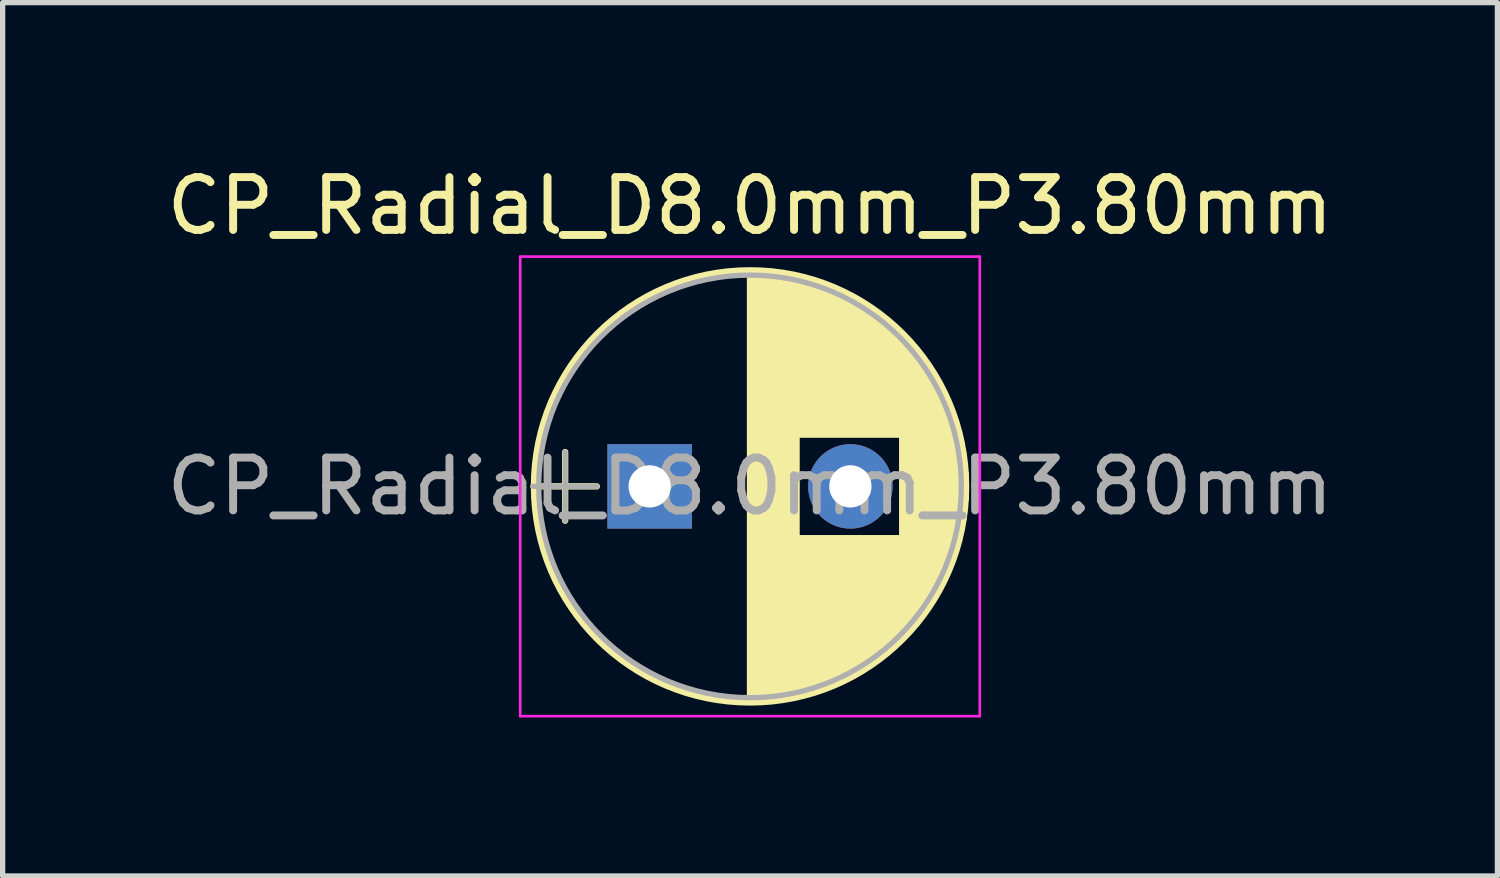
<source format=kicad_pcb>
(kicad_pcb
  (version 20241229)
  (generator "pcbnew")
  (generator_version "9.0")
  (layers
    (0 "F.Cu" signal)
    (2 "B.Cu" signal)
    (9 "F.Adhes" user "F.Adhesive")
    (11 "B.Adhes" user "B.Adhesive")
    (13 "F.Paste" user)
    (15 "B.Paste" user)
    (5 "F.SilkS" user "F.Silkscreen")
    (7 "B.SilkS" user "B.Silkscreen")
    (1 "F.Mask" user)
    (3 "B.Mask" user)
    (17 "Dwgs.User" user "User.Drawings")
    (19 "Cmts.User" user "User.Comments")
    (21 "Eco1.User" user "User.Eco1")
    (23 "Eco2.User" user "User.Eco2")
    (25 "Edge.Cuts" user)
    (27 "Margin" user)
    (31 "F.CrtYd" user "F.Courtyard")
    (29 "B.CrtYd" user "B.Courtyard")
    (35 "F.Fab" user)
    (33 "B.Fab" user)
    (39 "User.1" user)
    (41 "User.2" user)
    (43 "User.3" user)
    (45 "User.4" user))
  (footprint "CP_Radial_D8.0mm_P3.80mm"
    (layer "F.Cu")
    (at 9.249 6.158)
    (property "Reference" "CP_Radial_D8.0mm_P3.80mm" (at 1.9 -5.31 0) (layer "F.SilkS") (effects (font (size 1 1) (thickness 0.15))))
    (attr through_hole)
    (fp_line (start -2.2 0) (end -1 0) (stroke (width 0.12) (type solid)) (layer "F.SilkS"))
    (fp_line (start -1.6 -0.65) (end -1.6 0.65) (stroke (width 0.12) (type solid)) (layer "F.SilkS"))
    (fp_line (start 1.9 -4.05) (end 1.9 4.05) (stroke (width 0.12) (type solid)) (layer "F.SilkS"))
    (fp_line (start 1.94 -4.05) (end 1.94 4.05) (stroke (width 0.12) (type solid)) (layer "F.SilkS"))
    (fp_line (start 1.98 -4.05) (end 1.98 4.05) (stroke (width 0.12) (type solid)) (layer "F.SilkS"))
    (fp_line (start 2.02 -4.049) (end 2.02 4.049) (stroke (width 0.12) (type solid)) (layer "F.SilkS"))
    (fp_line (start 2.06 -4.047) (end 2.06 4.047) (stroke (width 0.12) (type solid)) (layer "F.SilkS"))
    (fp_line (start 2.1 -4.046) (end 2.1 4.046) (stroke (width 0.12) (type solid)) (layer "F.SilkS"))
    (fp_line (start 2.14 -4.043) (end 2.14 4.043) (stroke (width 0.12) (type solid)) (layer "F.SilkS"))
    (fp_line (start 2.18 -4.041) (end 2.18 4.041) (stroke (width 0.12) (type solid)) (layer "F.SilkS"))
    (fp_line (start 2.22 -4.038) (end 2.22 4.038) (stroke (width 0.12) (type solid)) (layer "F.SilkS"))
    (fp_line (start 2.26 -4.035) (end 2.26 4.035) (stroke (width 0.12) (type solid)) (layer "F.SilkS"))
    (fp_line (start 2.3 -4.031) (end 2.3 4.031) (stroke (width 0.12) (type solid)) (layer "F.SilkS"))
    (fp_line (start 2.34 -4.027) (end 2.34 4.027) (stroke (width 0.12) (type solid)) (layer "F.SilkS"))
    (fp_line (start 2.38 -4.022) (end 2.38 4.022) (stroke (width 0.12) (type solid)) (layer "F.SilkS"))
    (fp_line (start 2.42 -4.017) (end 2.42 4.017) (stroke (width 0.12) (type solid)) (layer "F.SilkS"))
    (fp_line (start 2.46 -4.012) (end 2.46 4.012) (stroke (width 0.12) (type solid)) (layer "F.SilkS"))
    (fp_line (start 2.5 -4.006) (end 2.5 4.006) (stroke (width 0.12) (type solid)) (layer "F.SilkS"))
    (fp_line (start 2.54 -4) (end 2.54 4) (stroke (width 0.12) (type solid)) (layer "F.SilkS"))
    (fp_line (start 2.58 -3.994) (end 2.58 3.994) (stroke (width 0.12) (type solid)) (layer "F.SilkS"))
    (fp_line (start 2.621 -3.987) (end 2.621 3.987) (stroke (width 0.12) (type solid)) (layer "F.SilkS"))
    (fp_line (start 2.661 -3.979) (end 2.661 3.979) (stroke (width 0.12) (type solid)) (layer "F.SilkS"))
    (fp_line (start 2.701 -3.971) (end 2.701 3.971) (stroke (width 0.12) (type solid)) (layer "F.SilkS"))
    (fp_line (start 2.741 -3.963) (end 2.741 3.963) (stroke (width 0.12) (type solid)) (layer "F.SilkS"))
    (fp_line (start 2.781 -3.955) (end 2.781 3.955) (stroke (width 0.12) (type solid)) (layer "F.SilkS"))
    (fp_line (start 2.821 -3.946) (end 2.821 -0.98) (stroke (width 0.12) (type solid)) (layer "F.SilkS"))
    (fp_line (start 2.821 0.98) (end 2.821 3.946) (stroke (width 0.12) (type solid)) (layer "F.SilkS"))
    (fp_line (start 2.861 -3.936) (end 2.861 -0.98) (stroke (width 0.12) (type solid)) (layer "F.SilkS"))
    (fp_line (start 2.861 0.98) (end 2.861 3.936) (stroke (width 0.12) (type solid)) (layer "F.SilkS"))
    (fp_line (start 2.901 -3.926) (end 2.901 -0.98) (stroke (width 0.12) (type solid)) (layer "F.SilkS"))
    (fp_line (start 2.901 0.98) (end 2.901 3.926) (stroke (width 0.12) (type solid)) (layer "F.SilkS"))
    (fp_line (start 2.941 -3.916) (end 2.941 -0.98) (stroke (width 0.12) (type solid)) (layer "F.SilkS"))
    (fp_line (start 2.941 0.98) (end 2.941 3.916) (stroke (width 0.12) (type solid)) (layer "F.SilkS"))
    (fp_line (start 2.981 -3.905) (end 2.981 -0.98) (stroke (width 0.12) (type solid)) (layer "F.SilkS"))
    (fp_line (start 2.981 0.98) (end 2.981 3.905) (stroke (width 0.12) (type solid)) (layer "F.SilkS"))
    (fp_line (start 3.021 -3.894) (end 3.021 -0.98) (stroke (width 0.12) (type solid)) (layer "F.SilkS"))
    (fp_line (start 3.021 0.98) (end 3.021 3.894) (stroke (width 0.12) (type solid)) (layer "F.SilkS"))
    (fp_line (start 3.061 -3.883) (end 3.061 -0.98) (stroke (width 0.12) (type solid)) (layer "F.SilkS"))
    (fp_line (start 3.061 0.98) (end 3.061 3.883) (stroke (width 0.12) (type solid)) (layer "F.SilkS"))
    (fp_line (start 3.101 -3.87) (end 3.101 -0.98) (stroke (width 0.12) (type solid)) (layer "F.SilkS"))
    (fp_line (start 3.101 0.98) (end 3.101 3.87) (stroke (width 0.12) (type solid)) (layer "F.SilkS"))
    (fp_line (start 3.141 -3.858) (end 3.141 -0.98) (stroke (width 0.12) (type solid)) (layer "F.SilkS"))
    (fp_line (start 3.141 0.98) (end 3.141 3.858) (stroke (width 0.12) (type solid)) (layer "F.SilkS"))
    (fp_line (start 3.181 -3.845) (end 3.181 -0.98) (stroke (width 0.12) (type solid)) (layer "F.SilkS"))
    (fp_line (start 3.181 0.98) (end 3.181 3.845) (stroke (width 0.12) (type solid)) (layer "F.SilkS"))
    (fp_line (start 3.221 -3.832) (end 3.221 -0.98) (stroke (width 0.12) (type solid)) (layer "F.SilkS"))
    (fp_line (start 3.221 0.98) (end 3.221 3.832) (stroke (width 0.12) (type solid)) (layer "F.SilkS"))
    (fp_line (start 3.261 -3.818) (end 3.261 -0.98) (stroke (width 0.12) (type solid)) (layer "F.SilkS"))
    (fp_line (start 3.261 0.98) (end 3.261 3.818) (stroke (width 0.12) (type solid)) (layer "F.SilkS"))
    (fp_line (start 3.301 -3.803) (end 3.301 -0.98) (stroke (width 0.12) (type solid)) (layer "F.SilkS"))
    (fp_line (start 3.301 0.98) (end 3.301 3.803) (stroke (width 0.12) (type solid)) (layer "F.SilkS"))
    (fp_line (start 3.341 -3.789) (end 3.341 -0.98) (stroke (width 0.12) (type solid)) (layer "F.SilkS"))
    (fp_line (start 3.341 0.98) (end 3.341 3.789) (stroke (width 0.12) (type solid)) (layer "F.SilkS"))
    (fp_line (start 3.381 -3.773) (end 3.381 -0.98) (stroke (width 0.12) (type solid)) (layer "F.SilkS"))
    (fp_line (start 3.381 0.98) (end 3.381 3.773) (stroke (width 0.12) (type solid)) (layer "F.SilkS"))
    (fp_line (start 3.421 -3.758) (end 3.421 -0.98) (stroke (width 0.12) (type solid)) (layer "F.SilkS"))
    (fp_line (start 3.421 0.98) (end 3.421 3.758) (stroke (width 0.12) (type solid)) (layer "F.SilkS"))
    (fp_line (start 3.461 -3.741) (end 3.461 -0.98) (stroke (width 0.12) (type solid)) (layer "F.SilkS"))
    (fp_line (start 3.461 0.98) (end 3.461 3.741) (stroke (width 0.12) (type solid)) (layer "F.SilkS"))
    (fp_line (start 3.501 -3.725) (end 3.501 -0.98) (stroke (width 0.12) (type solid)) (layer "F.SilkS"))
    (fp_line (start 3.501 0.98) (end 3.501 3.725) (stroke (width 0.12) (type solid)) (layer "F.SilkS"))
    (fp_line (start 3.541 -3.707) (end 3.541 -0.98) (stroke (width 0.12) (type solid)) (layer "F.SilkS"))
    (fp_line (start 3.541 0.98) (end 3.541 3.707) (stroke (width 0.12) (type solid)) (layer "F.SilkS"))
    (fp_line (start 3.581 -3.69) (end 3.581 -0.98) (stroke (width 0.12) (type solid)) (layer "F.SilkS"))
    (fp_line (start 3.581 0.98) (end 3.581 3.69) (stroke (width 0.12) (type solid)) (layer "F.SilkS"))
    (fp_line (start 3.621 -3.671) (end 3.621 -0.98) (stroke (width 0.12) (type solid)) (layer "F.SilkS"))
    (fp_line (start 3.621 0.98) (end 3.621 3.671) (stroke (width 0.12) (type solid)) (layer "F.SilkS"))
    (fp_line (start 3.661 -3.652) (end 3.661 -0.98) (stroke (width 0.12) (type solid)) (layer "F.SilkS"))
    (fp_line (start 3.661 0.98) (end 3.661 3.652) (stroke (width 0.12) (type solid)) (layer "F.SilkS"))
    (fp_line (start 3.701 -3.633) (end 3.701 -0.98) (stroke (width 0.12) (type solid)) (layer "F.SilkS"))
    (fp_line (start 3.701 0.98) (end 3.701 3.633) (stroke (width 0.12) (type solid)) (layer "F.SilkS"))
    (fp_line (start 3.741 -3.613) (end 3.741 -0.98) (stroke (width 0.12) (type solid)) (layer "F.SilkS"))
    (fp_line (start 3.741 0.98) (end 3.741 3.613) (stroke (width 0.12) (type solid)) (layer "F.SilkS"))
    (fp_line (start 3.781 -3.593) (end 3.781 -0.98) (stroke (width 0.12) (type solid)) (layer "F.SilkS"))
    (fp_line (start 3.781 0.98) (end 3.781 3.593) (stroke (width 0.12) (type solid)) (layer "F.SilkS"))
    (fp_line (start 3.821 -3.572) (end 3.821 -0.98) (stroke (width 0.12) (type solid)) (layer "F.SilkS"))
    (fp_line (start 3.821 0.98) (end 3.821 3.572) (stroke (width 0.12) (type solid)) (layer "F.SilkS"))
    (fp_line (start 3.861 -3.55) (end 3.861 -0.98) (stroke (width 0.12) (type solid)) (layer "F.SilkS"))
    (fp_line (start 3.861 0.98) (end 3.861 3.55) (stroke (width 0.12) (type solid)) (layer "F.SilkS"))
    (fp_line (start 3.901 -3.528) (end 3.901 -0.98) (stroke (width 0.12) (type solid)) (layer "F.SilkS"))
    (fp_line (start 3.901 0.98) (end 3.901 3.528) (stroke (width 0.12) (type solid)) (layer "F.SilkS"))
    (fp_line (start 3.941 -3.505) (end 3.941 -0.98) (stroke (width 0.12) (type solid)) (layer "F.SilkS"))
    (fp_line (start 3.941 0.98) (end 3.941 3.505) (stroke (width 0.12) (type solid)) (layer "F.SilkS"))
    (fp_line (start 3.981 -3.482) (end 3.981 -0.98) (stroke (width 0.12) (type solid)) (layer "F.SilkS"))
    (fp_line (start 3.981 0.98) (end 3.981 3.482) (stroke (width 0.12) (type solid)) (layer "F.SilkS"))
    (fp_line (start 4.021 -3.458) (end 4.021 -0.98) (stroke (width 0.12) (type solid)) (layer "F.SilkS"))
    (fp_line (start 4.021 0.98) (end 4.021 3.458) (stroke (width 0.12) (type solid)) (layer "F.SilkS"))
    (fp_line (start 4.061 -3.434) (end 4.061 -0.98) (stroke (width 0.12) (type solid)) (layer "F.SilkS"))
    (fp_line (start 4.061 0.98) (end 4.061 3.434) (stroke (width 0.12) (type solid)) (layer "F.SilkS"))
    (fp_line (start 4.101 -3.408) (end 4.101 -0.98) (stroke (width 0.12) (type solid)) (layer "F.SilkS"))
    (fp_line (start 4.101 0.98) (end 4.101 3.408) (stroke (width 0.12) (type solid)) (layer "F.SilkS"))
    (fp_line (start 4.141 -3.383) (end 4.141 -0.98) (stroke (width 0.12) (type solid)) (layer "F.SilkS"))
    (fp_line (start 4.141 0.98) (end 4.141 3.383) (stroke (width 0.12) (type solid)) (layer "F.SilkS"))
    (fp_line (start 4.181 -3.356) (end 4.181 -0.98) (stroke (width 0.12) (type solid)) (layer "F.SilkS"))
    (fp_line (start 4.181 0.98) (end 4.181 3.356) (stroke (width 0.12) (type solid)) (layer "F.SilkS"))
    (fp_line (start 4.221 -3.329) (end 4.221 -0.98) (stroke (width 0.12) (type solid)) (layer "F.SilkS"))
    (fp_line (start 4.221 0.98) (end 4.221 3.329) (stroke (width 0.12) (type solid)) (layer "F.SilkS"))
    (fp_line (start 4.261 -3.301) (end 4.261 -0.98) (stroke (width 0.12) (type solid)) (layer "F.SilkS"))
    (fp_line (start 4.261 0.98) (end 4.261 3.301) (stroke (width 0.12) (type solid)) (layer "F.SilkS"))
    (fp_line (start 4.301 -3.272) (end 4.301 -0.98) (stroke (width 0.12) (type solid)) (layer "F.SilkS"))
    (fp_line (start 4.301 0.98) (end 4.301 3.272) (stroke (width 0.12) (type solid)) (layer "F.SilkS"))
    (fp_line (start 4.341 -3.243) (end 4.341 -0.98) (stroke (width 0.12) (type solid)) (layer "F.SilkS"))
    (fp_line (start 4.341 0.98) (end 4.341 3.243) (stroke (width 0.12) (type solid)) (layer "F.SilkS"))
    (fp_line (start 4.381 -3.213) (end 4.381 -0.98) (stroke (width 0.12) (type solid)) (layer "F.SilkS"))
    (fp_line (start 4.381 0.98) (end 4.381 3.213) (stroke (width 0.12) (type solid)) (layer "F.SilkS"))
    (fp_line (start 4.421 -3.182) (end 4.421 -0.98) (stroke (width 0.12) (type solid)) (layer "F.SilkS"))
    (fp_line (start 4.421 0.98) (end 4.421 3.182) (stroke (width 0.12) (type solid)) (layer "F.SilkS"))
    (fp_line (start 4.461 -3.15) (end 4.461 -0.98) (stroke (width 0.12) (type solid)) (layer "F.SilkS"))
    (fp_line (start 4.461 0.98) (end 4.461 3.15) (stroke (width 0.12) (type solid)) (layer "F.SilkS"))
    (fp_line (start 4.501 -3.118) (end 4.501 -0.98) (stroke (width 0.12) (type solid)) (layer "F.SilkS"))
    (fp_line (start 4.501 0.98) (end 4.501 3.118) (stroke (width 0.12) (type solid)) (layer "F.SilkS"))
    (fp_line (start 4.541 -3.084) (end 4.541 -0.98) (stroke (width 0.12) (type solid)) (layer "F.SilkS"))
    (fp_line (start 4.541 0.98) (end 4.541 3.084) (stroke (width 0.12) (type solid)) (layer "F.SilkS"))
    (fp_line (start 4.581 -3.05) (end 4.581 -0.98) (stroke (width 0.12) (type solid)) (layer "F.SilkS"))
    (fp_line (start 4.581 0.98) (end 4.581 3.05) (stroke (width 0.12) (type solid)) (layer "F.SilkS"))
    (fp_line (start 4.621 -3.015) (end 4.621 -0.98) (stroke (width 0.12) (type solid)) (layer "F.SilkS"))
    (fp_line (start 4.621 0.98) (end 4.621 3.015) (stroke (width 0.12) (type solid)) (layer "F.SilkS"))
    (fp_line (start 4.661 -2.979) (end 4.661 -0.98) (stroke (width 0.12) (type solid)) (layer "F.SilkS"))
    (fp_line (start 4.661 0.98) (end 4.661 2.979) (stroke (width 0.12) (type solid)) (layer "F.SilkS"))
    (fp_line (start 4.701 -2.942) (end 4.701 -0.98) (stroke (width 0.12) (type solid)) (layer "F.SilkS"))
    (fp_line (start 4.701 0.98) (end 4.701 2.942) (stroke (width 0.12) (type solid)) (layer "F.SilkS"))
    (fp_line (start 4.741 -2.904) (end 4.741 -0.98) (stroke (width 0.12) (type solid)) (layer "F.SilkS"))
    (fp_line (start 4.741 0.98) (end 4.741 2.904) (stroke (width 0.12) (type solid)) (layer "F.SilkS"))
    (fp_line (start 4.781 -2.865) (end 4.781 2.865) (stroke (width 0.12) (type solid)) (layer "F.SilkS"))
    (fp_line (start 4.821 -2.824) (end 4.821 2.824) (stroke (width 0.12) (type solid)) (layer "F.SilkS"))
    (fp_line (start 4.861 -2.783) (end 4.861 2.783) (stroke (width 0.12) (type solid)) (layer "F.SilkS"))
    (fp_line (start 4.901 -2.74) (end 4.901 2.74) (stroke (width 0.12) (type solid)) (layer "F.SilkS"))
    (fp_line (start 4.941 -2.697) (end 4.941 2.697) (stroke (width 0.12) (type solid)) (layer "F.SilkS"))
    (fp_line (start 4.981 -2.652) (end 4.981 2.652) (stroke (width 0.12) (type solid)) (layer "F.SilkS"))
    (fp_line (start 5.021 -2.605) (end 5.021 2.605) (stroke (width 0.12) (type solid)) (layer "F.SilkS"))
    (fp_line (start 5.061 -2.557) (end 5.061 2.557) (stroke (width 0.12) (type solid)) (layer "F.SilkS"))
    (fp_line (start 5.101 -2.508) (end 5.101 2.508) (stroke (width 0.12) (type solid)) (layer "F.SilkS"))
    (fp_line (start 5.141 -2.457) (end 5.141 2.457) (stroke (width 0.12) (type solid)) (layer "F.SilkS"))
    (fp_line (start 5.181 -2.404) (end 5.181 2.404) (stroke (width 0.12) (type solid)) (layer "F.SilkS"))
    (fp_line (start 5.221 -2.349) (end 5.221 2.349) (stroke (width 0.12) (type solid)) (layer "F.SilkS"))
    (fp_line (start 5.261 -2.293) (end 5.261 2.293) (stroke (width 0.12) (type solid)) (layer "F.SilkS"))
    (fp_line (start 5.301 -2.234) (end 5.301 2.234) (stroke (width 0.12) (type solid)) (layer "F.SilkS"))
    (fp_line (start 5.341 -2.173) (end 5.341 2.173) (stroke (width 0.12) (type solid)) (layer "F.SilkS"))
    (fp_line (start 5.381 -2.109) (end 5.381 2.109) (stroke (width 0.12) (type solid)) (layer "F.SilkS"))
    (fp_line (start 5.421 -2.043) (end 5.421 2.043) (stroke (width 0.12) (type solid)) (layer "F.SilkS"))
    (fp_line (start 5.461 -1.974) (end 5.461 1.974) (stroke (width 0.12) (type solid)) (layer "F.SilkS"))
    (fp_line (start 5.501 -1.902) (end 5.501 1.902) (stroke (width 0.12) (type solid)) (layer "F.SilkS"))
    (fp_line (start 5.541 -1.826) (end 5.541 1.826) (stroke (width 0.12) (type solid)) (layer "F.SilkS"))
    (fp_line (start 5.581 -1.745) (end 5.581 1.745) (stroke (width 0.12) (type solid)) (layer "F.SilkS"))
    (fp_line (start 5.621 -1.66) (end 5.621 1.66) (stroke (width 0.12) (type solid)) (layer "F.SilkS"))
    (fp_line (start 5.661 -1.57) (end 5.661 1.57) (stroke (width 0.12) (type solid)) (layer "F.SilkS"))
    (fp_line (start 5.701 -1.473) (end 5.701 1.473) (stroke (width 0.12) (type solid)) (layer "F.SilkS"))
    (fp_line (start 5.741 -1.369) (end 5.741 1.369) (stroke (width 0.12) (type solid)) (layer "F.SilkS"))
    (fp_line (start 5.781 -1.254) (end 5.781 1.254) (stroke (width 0.12) (type solid)) (layer "F.SilkS"))
    (fp_line (start 5.821 -1.127) (end 5.821 1.127) (stroke (width 0.12) (type solid)) (layer "F.SilkS"))
    (fp_line (start 5.861 -0.983) (end 5.861 0.983) (stroke (width 0.12) (type solid)) (layer "F.SilkS"))
    (fp_line (start 5.901 -0.814) (end 5.901 0.814) (stroke (width 0.12) (type solid)) (layer "F.SilkS"))
    (fp_line (start 5.941 -0.598) (end 5.941 0.598) (stroke (width 0.12) (type solid)) (layer "F.SilkS"))
    (fp_line (start 5.981 -0.246) (end 5.981 0.246) (stroke (width 0.12) (type solid)) (layer "F.SilkS"))
    (fp_circle (center 1.9 0) (end 5.99 0) (stroke (width 0.12) (type solid)) (fill no) (layer "F.SilkS"))
    (fp_line (start -2.45 -4.35) (end -2.45 4.35) (stroke (width 0.05) (type solid)) (layer "F.CrtYd"))
    (fp_line (start -2.45 4.35) (end 6.25 4.35) (stroke (width 0.05) (type solid)) (layer "F.CrtYd"))
    (fp_line (start 6.25 -4.35) (end -2.45 -4.35) (stroke (width 0.05) (type solid)) (layer "F.CrtYd"))
    (fp_line (start 6.25 4.35) (end 6.25 -4.35) (stroke (width 0.05) (type solid)) (layer "F.CrtYd"))
    (fp_line (start -2.2 0) (end -1 0) (stroke (width 0.1) (type solid)) (layer "F.Fab"))
    (fp_line (start -1.6 -0.65) (end -1.6 0.65) (stroke (width 0.1) (type solid)) (layer "F.Fab"))
    (fp_circle (center 1.9 0) (end 5.9 0) (stroke (width 0.1) (type solid)) (fill no) (layer "F.Fab"))
    (fp_text user "${REFERENCE}" (at 1.9 0 0) (layer "F.Fab") (effects (font (size 1 1) (thickness 0.15))))
    (pad "1" thru_hole rect (at 0 0) (size 1.6 1.6) (drill 0.8) (layers "*.Cu" "*.Mask"))
    (pad "2" thru_hole circle (at 3.8 0) (size 1.6 1.6) (drill 0.8) (layers "*.Cu" "*.Mask")))
  (gr_rect
    (start -3 -3)
    (end 25.298 13.533)
    (stroke (width 0.1) (type default))
    (fill no)
    (layer "Edge.Cuts")))
</source>
